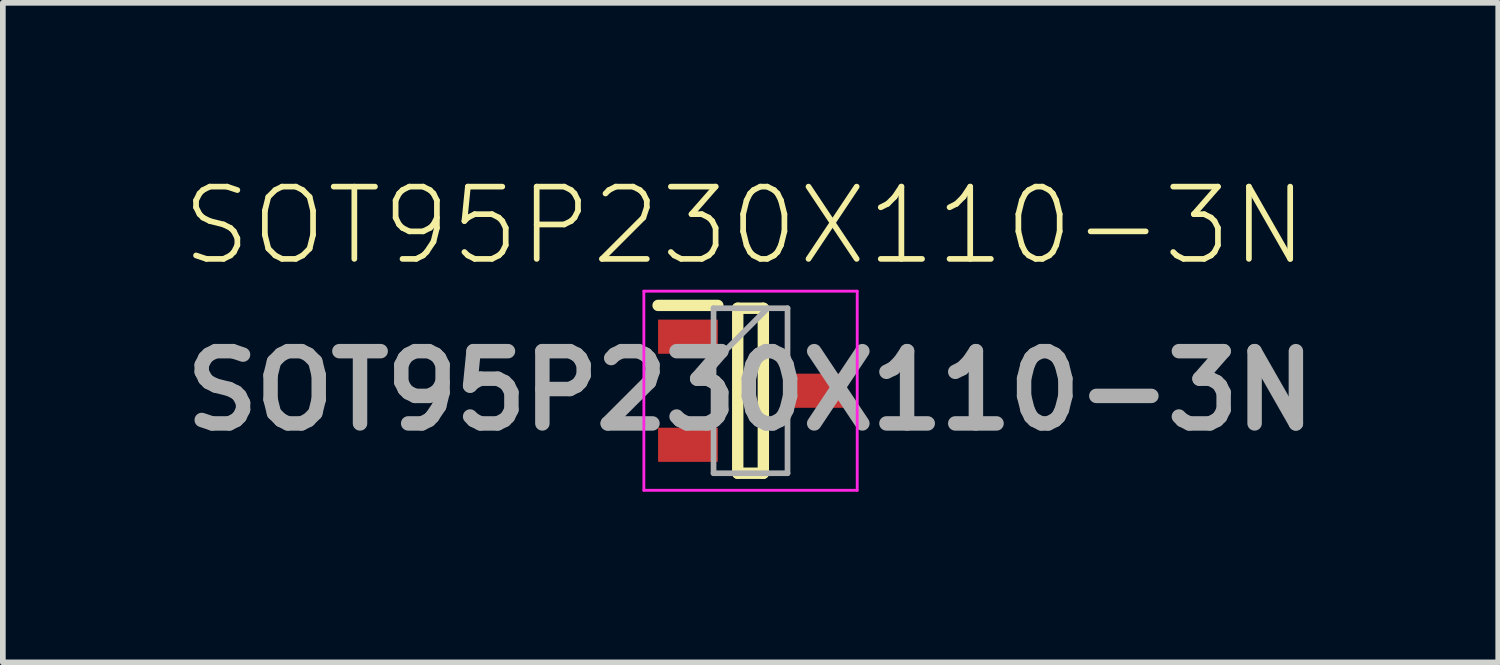
<source format=kicad_pcb>
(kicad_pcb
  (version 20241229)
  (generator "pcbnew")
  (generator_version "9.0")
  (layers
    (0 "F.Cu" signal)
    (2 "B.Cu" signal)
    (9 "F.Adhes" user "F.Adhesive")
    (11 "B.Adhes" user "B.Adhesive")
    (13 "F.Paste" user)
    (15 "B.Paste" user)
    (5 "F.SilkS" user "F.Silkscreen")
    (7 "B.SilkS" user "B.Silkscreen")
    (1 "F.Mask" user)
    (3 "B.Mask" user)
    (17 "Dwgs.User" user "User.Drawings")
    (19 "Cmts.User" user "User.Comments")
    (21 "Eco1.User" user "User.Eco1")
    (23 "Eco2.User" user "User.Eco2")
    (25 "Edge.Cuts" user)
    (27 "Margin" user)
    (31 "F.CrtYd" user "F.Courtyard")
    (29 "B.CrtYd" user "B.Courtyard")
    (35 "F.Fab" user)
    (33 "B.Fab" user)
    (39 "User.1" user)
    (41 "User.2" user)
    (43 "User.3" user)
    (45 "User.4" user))
  (footprint "SOT95P230X110-3N"
    (layer "F.Cu")
    (at 10.142 3.818)
    (property "Reference" "SOT95P230X110-3N" (at -0.1 -2.9 0) (layer "F.SilkS") (effects (font (size 1.27 1.27) (thickness 0.1))))
    (attr smd)
    (fp_line (start -1.625 -1.5) (end -0.575 -1.5) (stroke (width 0.2) (type solid)) (layer "F.SilkS"))
    (fp_line (start -0.225 -1.45) (end 0.225 -1.45) (stroke (width 0.2) (type solid)) (layer "F.SilkS"))
    (fp_line (start -0.225 1.45) (end -0.225 -1.45) (stroke (width 0.2) (type solid)) (layer "F.SilkS"))
    (fp_line (start 0.225 -1.45) (end 0.225 1.45) (stroke (width 0.2) (type solid)) (layer "F.SilkS"))
    (fp_line (start 0.225 1.45) (end -0.225 1.45) (stroke (width 0.2) (type solid)) (layer "F.SilkS"))
    (fp_line (start -1.875 -1.75) (end 1.875 -1.75) (stroke (width 0.05) (type solid)) (layer "F.CrtYd"))
    (fp_line (start -1.875 1.75) (end -1.875 -1.75) (stroke (width 0.05) (type solid)) (layer "F.CrtYd"))
    (fp_line (start 1.875 -1.75) (end 1.875 1.75) (stroke (width 0.05) (type solid)) (layer "F.CrtYd"))
    (fp_line (start 1.875 1.75) (end -1.875 1.75) (stroke (width 0.05) (type solid)) (layer "F.CrtYd"))
    (fp_line (start -0.65 -1.45) (end 0.65 -1.45) (stroke (width 0.1) (type solid)) (layer "F.Fab"))
    (fp_line (start -0.65 -0.5) (end 0.3 -1.45) (stroke (width 0.1) (type solid)) (layer "F.Fab"))
    (fp_line (start -0.65 1.45) (end -0.65 -1.45) (stroke (width 0.1) (type solid)) (layer "F.Fab"))
    (fp_line (start 0.65 -1.45) (end 0.65 1.45) (stroke (width 0.1) (type solid)) (layer "F.Fab"))
    (fp_line (start 0.65 1.45) (end -0.65 1.45) (stroke (width 0.1) (type solid)) (layer "F.Fab"))
    (fp_text user "${REFERENCE}" (at 0 0 0) (layer "F.Fab") (effects (font (size 1.27 1.27) (thickness 0.254))))
    (pad "1" smd rect (at -1.1 -0.95 90) (size 0.6 1.05) (layers "F.Cu" "F.Mask" "F.Paste"))
    (pad "2" smd rect (at -1.1 0.95 90) (size 0.6 1.05) (layers "F.Cu" "F.Mask" "F.Paste"))
    (pad "3" smd rect (at 1.1 0 90) (size 0.6 1.05) (layers "F.Cu" "F.Mask" "F.Paste")))
  (gr_rect
    (start -3 -3)
    (end 23.284 8.593)
    (stroke (width 0.1) (type default))
    (fill no)
    (layer "Edge.Cuts")))
</source>
